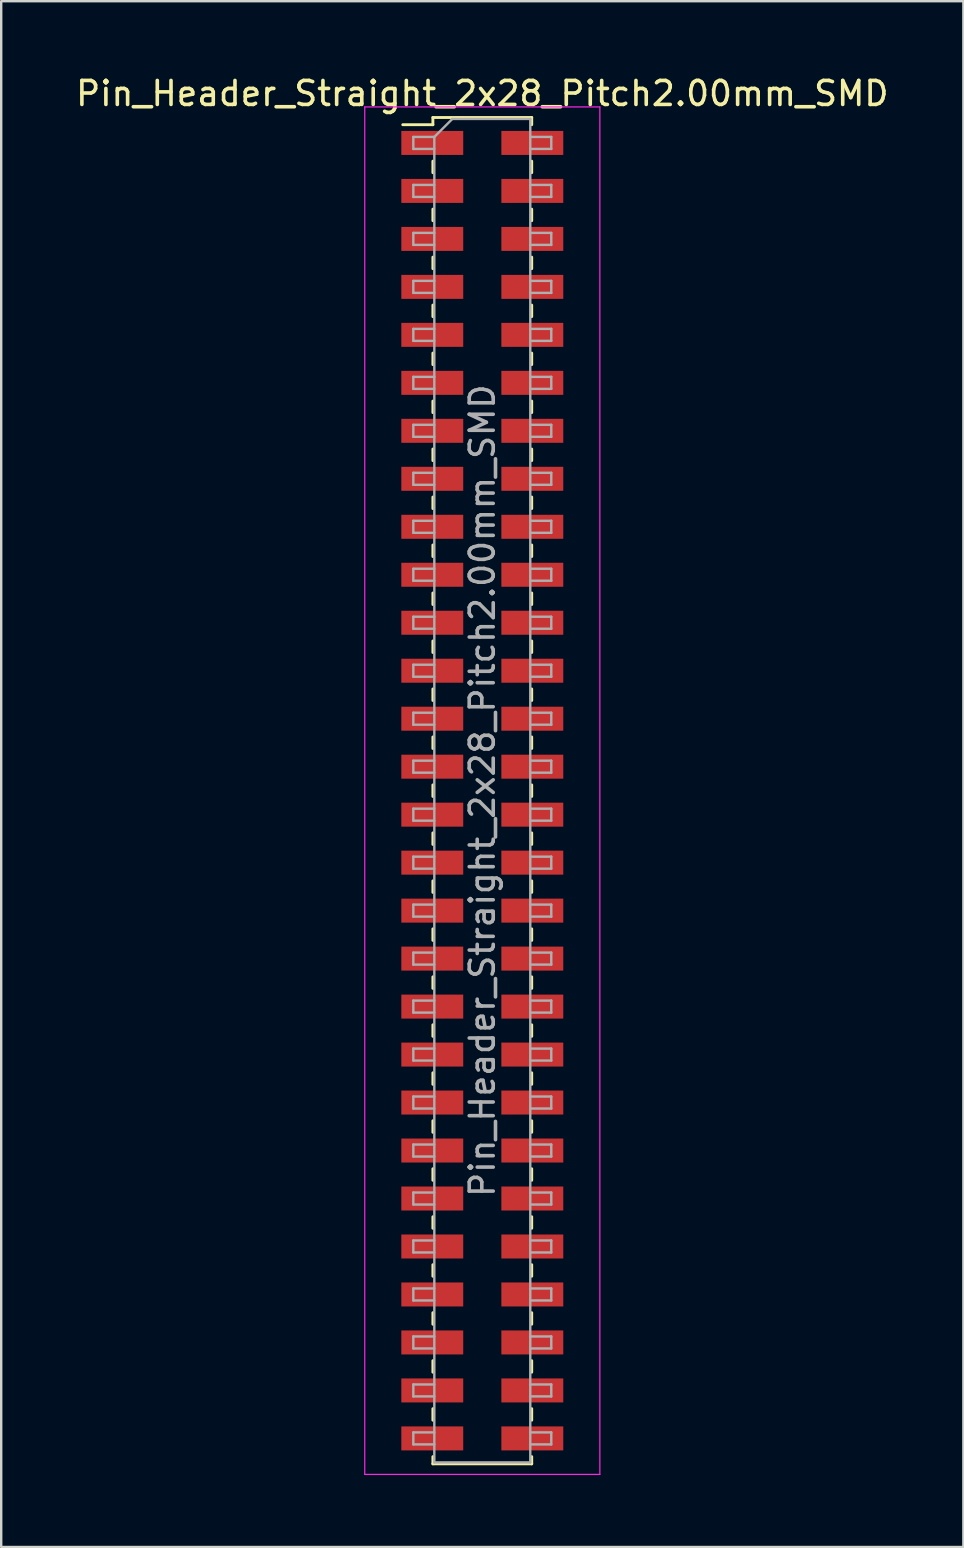
<source format=kicad_pcb>
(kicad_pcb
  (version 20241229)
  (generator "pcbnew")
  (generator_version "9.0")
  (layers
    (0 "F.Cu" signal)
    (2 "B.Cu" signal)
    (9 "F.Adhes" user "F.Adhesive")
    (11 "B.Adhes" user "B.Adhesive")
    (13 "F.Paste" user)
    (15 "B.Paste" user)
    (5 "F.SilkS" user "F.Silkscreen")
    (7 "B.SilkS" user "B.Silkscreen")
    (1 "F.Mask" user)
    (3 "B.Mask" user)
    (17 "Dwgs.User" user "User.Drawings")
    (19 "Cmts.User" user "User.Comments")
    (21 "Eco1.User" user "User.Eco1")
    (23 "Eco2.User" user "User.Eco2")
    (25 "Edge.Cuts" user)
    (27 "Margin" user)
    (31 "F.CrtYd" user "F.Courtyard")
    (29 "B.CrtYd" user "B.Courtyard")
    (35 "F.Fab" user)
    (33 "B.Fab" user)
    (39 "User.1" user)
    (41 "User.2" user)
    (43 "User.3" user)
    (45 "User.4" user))
  (footprint "Pin_Header_Straight_2x28_Pitch2.00mm_SMD"
    (layer "F.Cu")
    (at 17.054 29.908)
    (property "Reference" "Pin_Header_Straight_2x28_Pitch2.00mm_SMD" (at 0 -29.06 0) (layer "F.SilkS") (effects (font (size 1 1) (thickness 0.15))))
    (attr smd)
    (fp_line (start -3.315 -27.76) (end -2.06 -27.76) (stroke (width 0.12) (type solid)) (layer "F.SilkS"))
    (fp_line (start -2.06 -28.06) (end -2.06 -27.76) (stroke (width 0.12) (type solid)) (layer "F.SilkS"))
    (fp_line (start -2.06 -28.06) (end 2.06 -28.06) (stroke (width 0.12) (type solid)) (layer "F.SilkS"))
    (fp_line (start -2.06 -26.24) (end -2.06 -25.76) (stroke (width 0.12) (type solid)) (layer "F.SilkS"))
    (fp_line (start -2.06 -24.24) (end -2.06 -23.76) (stroke (width 0.12) (type solid)) (layer "F.SilkS"))
    (fp_line (start -2.06 -22.24) (end -2.06 -21.76) (stroke (width 0.12) (type solid)) (layer "F.SilkS"))
    (fp_line (start -2.06 -20.24) (end -2.06 -19.76) (stroke (width 0.12) (type solid)) (layer "F.SilkS"))
    (fp_line (start -2.06 -18.24) (end -2.06 -17.76) (stroke (width 0.12) (type solid)) (layer "F.SilkS"))
    (fp_line (start -2.06 -16.24) (end -2.06 -15.76) (stroke (width 0.12) (type solid)) (layer "F.SilkS"))
    (fp_line (start -2.06 -14.24) (end -2.06 -13.76) (stroke (width 0.12) (type solid)) (layer "F.SilkS"))
    (fp_line (start -2.06 -12.24) (end -2.06 -11.76) (stroke (width 0.12) (type solid)) (layer "F.SilkS"))
    (fp_line (start -2.06 -10.24) (end -2.06 -9.76) (stroke (width 0.12) (type solid)) (layer "F.SilkS"))
    (fp_line (start -2.06 -8.24) (end -2.06 -7.76) (stroke (width 0.12) (type solid)) (layer "F.SilkS"))
    (fp_line (start -2.06 -6.24) (end -2.06 -5.76) (stroke (width 0.12) (type solid)) (layer "F.SilkS"))
    (fp_line (start -2.06 -4.24) (end -2.06 -3.76) (stroke (width 0.12) (type solid)) (layer "F.SilkS"))
    (fp_line (start -2.06 -2.24) (end -2.06 -1.76) (stroke (width 0.12) (type solid)) (layer "F.SilkS"))
    (fp_line (start -2.06 -0.24) (end -2.06 0.24) (stroke (width 0.12) (type solid)) (layer "F.SilkS"))
    (fp_line (start -2.06 1.76) (end -2.06 2.24) (stroke (width 0.12) (type solid)) (layer "F.SilkS"))
    (fp_line (start -2.06 3.76) (end -2.06 4.24) (stroke (width 0.12) (type solid)) (layer "F.SilkS"))
    (fp_line (start -2.06 5.76) (end -2.06 6.24) (stroke (width 0.12) (type solid)) (layer "F.SilkS"))
    (fp_line (start -2.06 7.76) (end -2.06 8.24) (stroke (width 0.12) (type solid)) (layer "F.SilkS"))
    (fp_line (start -2.06 9.76) (end -2.06 10.24) (stroke (width 0.12) (type solid)) (layer "F.SilkS"))
    (fp_line (start -2.06 11.76) (end -2.06 12.24) (stroke (width 0.12) (type solid)) (layer "F.SilkS"))
    (fp_line (start -2.06 13.76) (end -2.06 14.24) (stroke (width 0.12) (type solid)) (layer "F.SilkS"))
    (fp_line (start -2.06 15.76) (end -2.06 16.24) (stroke (width 0.12) (type solid)) (layer "F.SilkS"))
    (fp_line (start -2.06 17.76) (end -2.06 18.24) (stroke (width 0.12) (type solid)) (layer "F.SilkS"))
    (fp_line (start -2.06 19.76) (end -2.06 20.24) (stroke (width 0.12) (type solid)) (layer "F.SilkS"))
    (fp_line (start -2.06 21.76) (end -2.06 22.24) (stroke (width 0.12) (type solid)) (layer "F.SilkS"))
    (fp_line (start -2.06 23.76) (end -2.06 24.24) (stroke (width 0.12) (type solid)) (layer "F.SilkS"))
    (fp_line (start -2.06 25.76) (end -2.06 26.24) (stroke (width 0.12) (type solid)) (layer "F.SilkS"))
    (fp_line (start -2.06 27.76) (end -2.06 28.06) (stroke (width 0.12) (type solid)) (layer "F.SilkS"))
    (fp_line (start -2.06 28.06) (end 2.06 28.06) (stroke (width 0.12) (type solid)) (layer "F.SilkS"))
    (fp_line (start 2.06 -28.06) (end 2.06 -27.76) (stroke (width 0.12) (type solid)) (layer "F.SilkS"))
    (fp_line (start 2.06 -26.24) (end 2.06 -25.76) (stroke (width 0.12) (type solid)) (layer "F.SilkS"))
    (fp_line (start 2.06 -24.24) (end 2.06 -23.76) (stroke (width 0.12) (type solid)) (layer "F.SilkS"))
    (fp_line (start 2.06 -22.24) (end 2.06 -21.76) (stroke (width 0.12) (type solid)) (layer "F.SilkS"))
    (fp_line (start 2.06 -20.24) (end 2.06 -19.76) (stroke (width 0.12) (type solid)) (layer "F.SilkS"))
    (fp_line (start 2.06 -18.24) (end 2.06 -17.76) (stroke (width 0.12) (type solid)) (layer "F.SilkS"))
    (fp_line (start 2.06 -16.24) (end 2.06 -15.76) (stroke (width 0.12) (type solid)) (layer "F.SilkS"))
    (fp_line (start 2.06 -14.24) (end 2.06 -13.76) (stroke (width 0.12) (type solid)) (layer "F.SilkS"))
    (fp_line (start 2.06 -12.24) (end 2.06 -11.76) (stroke (width 0.12) (type solid)) (layer "F.SilkS"))
    (fp_line (start 2.06 -10.24) (end 2.06 -9.76) (stroke (width 0.12) (type solid)) (layer "F.SilkS"))
    (fp_line (start 2.06 -8.24) (end 2.06 -7.76) (stroke (width 0.12) (type solid)) (layer "F.SilkS"))
    (fp_line (start 2.06 -6.24) (end 2.06 -5.76) (stroke (width 0.12) (type solid)) (layer "F.SilkS"))
    (fp_line (start 2.06 -4.24) (end 2.06 -3.76) (stroke (width 0.12) (type solid)) (layer "F.SilkS"))
    (fp_line (start 2.06 -2.24) (end 2.06 -1.76) (stroke (width 0.12) (type solid)) (layer "F.SilkS"))
    (fp_line (start 2.06 -0.24) (end 2.06 0.24) (stroke (width 0.12) (type solid)) (layer "F.SilkS"))
    (fp_line (start 2.06 1.76) (end 2.06 2.24) (stroke (width 0.12) (type solid)) (layer "F.SilkS"))
    (fp_line (start 2.06 3.76) (end 2.06 4.24) (stroke (width 0.12) (type solid)) (layer "F.SilkS"))
    (fp_line (start 2.06 5.76) (end 2.06 6.24) (stroke (width 0.12) (type solid)) (layer "F.SilkS"))
    (fp_line (start 2.06 7.76) (end 2.06 8.24) (stroke (width 0.12) (type solid)) (layer "F.SilkS"))
    (fp_line (start 2.06 9.76) (end 2.06 10.24) (stroke (width 0.12) (type solid)) (layer "F.SilkS"))
    (fp_line (start 2.06 11.76) (end 2.06 12.24) (stroke (width 0.12) (type solid)) (layer "F.SilkS"))
    (fp_line (start 2.06 13.76) (end 2.06 14.24) (stroke (width 0.12) (type solid)) (layer "F.SilkS"))
    (fp_line (start 2.06 15.76) (end 2.06 16.24) (stroke (width 0.12) (type solid)) (layer "F.SilkS"))
    (fp_line (start 2.06 17.76) (end 2.06 18.24) (stroke (width 0.12) (type solid)) (layer "F.SilkS"))
    (fp_line (start 2.06 19.76) (end 2.06 20.24) (stroke (width 0.12) (type solid)) (layer "F.SilkS"))
    (fp_line (start 2.06 21.76) (end 2.06 22.24) (stroke (width 0.12) (type solid)) (layer "F.SilkS"))
    (fp_line (start 2.06 23.76) (end 2.06 24.24) (stroke (width 0.12) (type solid)) (layer "F.SilkS"))
    (fp_line (start 2.06 25.76) (end 2.06 26.24) (stroke (width 0.12) (type solid)) (layer "F.SilkS"))
    (fp_line (start 2.06 27.76) (end 2.06 28.06) (stroke (width 0.12) (type solid)) (layer "F.SilkS"))
    (fp_line (start -4.9 -28.5) (end -4.9 28.5) (stroke (width 0.05) (type solid)) (layer "F.CrtYd"))
    (fp_line (start -4.9 28.5) (end 4.9 28.5) (stroke (width 0.05) (type solid)) (layer "F.CrtYd"))
    (fp_line (start 4.9 -28.5) (end -4.9 -28.5) (stroke (width 0.05) (type solid)) (layer "F.CrtYd"))
    (fp_line (start 4.9 28.5) (end 4.9 -28.5) (stroke (width 0.05) (type solid)) (layer "F.CrtYd"))
    (fp_line (start -2.875 -27.25) (end -2.875 -26.75) (stroke (width 0.1) (type solid)) (layer "F.Fab"))
    (fp_line (start -2.875 -26.75) (end -2 -26.75) (stroke (width 0.1) (type solid)) (layer "F.Fab"))
    (fp_line (start -2.875 -25.25) (end -2.875 -24.75) (stroke (width 0.1) (type solid)) (layer "F.Fab"))
    (fp_line (start -2.875 -24.75) (end -2 -24.75) (stroke (width 0.1) (type solid)) (layer "F.Fab"))
    (fp_line (start -2.875 -23.25) (end -2.875 -22.75) (stroke (width 0.1) (type solid)) (layer "F.Fab"))
    (fp_line (start -2.875 -22.75) (end -2 -22.75) (stroke (width 0.1) (type solid)) (layer "F.Fab"))
    (fp_line (start -2.875 -21.25) (end -2.875 -20.75) (stroke (width 0.1) (type solid)) (layer "F.Fab"))
    (fp_line (start -2.875 -20.75) (end -2 -20.75) (stroke (width 0.1) (type solid)) (layer "F.Fab"))
    (fp_line (start -2.875 -19.25) (end -2.875 -18.75) (stroke (width 0.1) (type solid)) (layer "F.Fab"))
    (fp_line (start -2.875 -18.75) (end -2 -18.75) (stroke (width 0.1) (type solid)) (layer "F.Fab"))
    (fp_line (start -2.875 -17.25) (end -2.875 -16.75) (stroke (width 0.1) (type solid)) (layer "F.Fab"))
    (fp_line (start -2.875 -16.75) (end -2 -16.75) (stroke (width 0.1) (type solid)) (layer "F.Fab"))
    (fp_line (start -2.875 -15.25) (end -2.875 -14.75) (stroke (width 0.1) (type solid)) (layer "F.Fab"))
    (fp_line (start -2.875 -14.75) (end -2 -14.75) (stroke (width 0.1) (type solid)) (layer "F.Fab"))
    (fp_line (start -2.875 -13.25) (end -2.875 -12.75) (stroke (width 0.1) (type solid)) (layer "F.Fab"))
    (fp_line (start -2.875 -12.75) (end -2 -12.75) (stroke (width 0.1) (type solid)) (layer "F.Fab"))
    (fp_line (start -2.875 -11.25) (end -2.875 -10.75) (stroke (width 0.1) (type solid)) (layer "F.Fab"))
    (fp_line (start -2.875 -10.75) (end -2 -10.75) (stroke (width 0.1) (type solid)) (layer "F.Fab"))
    (fp_line (start -2.875 -9.25) (end -2.875 -8.75) (stroke (width 0.1) (type solid)) (layer "F.Fab"))
    (fp_line (start -2.875 -8.75) (end -2 -8.75) (stroke (width 0.1) (type solid)) (layer "F.Fab"))
    (fp_line (start -2.875 -7.25) (end -2.875 -6.75) (stroke (width 0.1) (type solid)) (layer "F.Fab"))
    (fp_line (start -2.875 -6.75) (end -2 -6.75) (stroke (width 0.1) (type solid)) (layer "F.Fab"))
    (fp_line (start -2.875 -5.25) (end -2.875 -4.75) (stroke (width 0.1) (type solid)) (layer "F.Fab"))
    (fp_line (start -2.875 -4.75) (end -2 -4.75) (stroke (width 0.1) (type solid)) (layer "F.Fab"))
    (fp_line (start -2.875 -3.25) (end -2.875 -2.75) (stroke (width 0.1) (type solid)) (layer "F.Fab"))
    (fp_line (start -2.875 -2.75) (end -2 -2.75) (stroke (width 0.1) (type solid)) (layer "F.Fab"))
    (fp_line (start -2.875 -1.25) (end -2.875 -0.75) (stroke (width 0.1) (type solid)) (layer "F.Fab"))
    (fp_line (start -2.875 -0.75) (end -2 -0.75) (stroke (width 0.1) (type solid)) (layer "F.Fab"))
    (fp_line (start -2.875 0.75) (end -2.875 1.25) (stroke (width 0.1) (type solid)) (layer "F.Fab"))
    (fp_line (start -2.875 1.25) (end -2 1.25) (stroke (width 0.1) (type solid)) (layer "F.Fab"))
    (fp_line (start -2.875 2.75) (end -2.875 3.25) (stroke (width 0.1) (type solid)) (layer "F.Fab"))
    (fp_line (start -2.875 3.25) (end -2 3.25) (stroke (width 0.1) (type solid)) (layer "F.Fab"))
    (fp_line (start -2.875 4.75) (end -2.875 5.25) (stroke (width 0.1) (type solid)) (layer "F.Fab"))
    (fp_line (start -2.875 5.25) (end -2 5.25) (stroke (width 0.1) (type solid)) (layer "F.Fab"))
    (fp_line (start -2.875 6.75) (end -2.875 7.25) (stroke (width 0.1) (type solid)) (layer "F.Fab"))
    (fp_line (start -2.875 7.25) (end -2 7.25) (stroke (width 0.1) (type solid)) (layer "F.Fab"))
    (fp_line (start -2.875 8.75) (end -2.875 9.25) (stroke (width 0.1) (type solid)) (layer "F.Fab"))
    (fp_line (start -2.875 9.25) (end -2 9.25) (stroke (width 0.1) (type solid)) (layer "F.Fab"))
    (fp_line (start -2.875 10.75) (end -2.875 11.25) (stroke (width 0.1) (type solid)) (layer "F.Fab"))
    (fp_line (start -2.875 11.25) (end -2 11.25) (stroke (width 0.1) (type solid)) (layer "F.Fab"))
    (fp_line (start -2.875 12.75) (end -2.875 13.25) (stroke (width 0.1) (type solid)) (layer "F.Fab"))
    (fp_line (start -2.875 13.25) (end -2 13.25) (stroke (width 0.1) (type solid)) (layer "F.Fab"))
    (fp_line (start -2.875 14.75) (end -2.875 15.25) (stroke (width 0.1) (type solid)) (layer "F.Fab"))
    (fp_line (start -2.875 15.25) (end -2 15.25) (stroke (width 0.1) (type solid)) (layer "F.Fab"))
    (fp_line (start -2.875 16.75) (end -2.875 17.25) (stroke (width 0.1) (type solid)) (layer "F.Fab"))
    (fp_line (start -2.875 17.25) (end -2 17.25) (stroke (width 0.1) (type solid)) (layer "F.Fab"))
    (fp_line (start -2.875 18.75) (end -2.875 19.25) (stroke (width 0.1) (type solid)) (layer "F.Fab"))
    (fp_line (start -2.875 19.25) (end -2 19.25) (stroke (width 0.1) (type solid)) (layer "F.Fab"))
    (fp_line (start -2.875 20.75) (end -2.875 21.25) (stroke (width 0.1) (type solid)) (layer "F.Fab"))
    (fp_line (start -2.875 21.25) (end -2 21.25) (stroke (width 0.1) (type solid)) (layer "F.Fab"))
    (fp_line (start -2.875 22.75) (end -2.875 23.25) (stroke (width 0.1) (type solid)) (layer "F.Fab"))
    (fp_line (start -2.875 23.25) (end -2 23.25) (stroke (width 0.1) (type solid)) (layer "F.Fab"))
    (fp_line (start -2.875 24.75) (end -2.875 25.25) (stroke (width 0.1) (type solid)) (layer "F.Fab"))
    (fp_line (start -2.875 25.25) (end -2 25.25) (stroke (width 0.1) (type solid)) (layer "F.Fab"))
    (fp_line (start -2.875 26.75) (end -2.875 27.25) (stroke (width 0.1) (type solid)) (layer "F.Fab"))
    (fp_line (start -2.875 27.25) (end -2 27.25) (stroke (width 0.1) (type solid)) (layer "F.Fab"))
    (fp_line (start -2 -27.25) (end -2.875 -27.25) (stroke (width 0.1) (type solid)) (layer "F.Fab"))
    (fp_line (start -2 -27.25) (end -1.25 -28) (stroke (width 0.1) (type solid)) (layer "F.Fab"))
    (fp_line (start -2 -25.25) (end -2.875 -25.25) (stroke (width 0.1) (type solid)) (layer "F.Fab"))
    (fp_line (start -2 -23.25) (end -2.875 -23.25) (stroke (width 0.1) (type solid)) (layer "F.Fab"))
    (fp_line (start -2 -21.25) (end -2.875 -21.25) (stroke (width 0.1) (type solid)) (layer "F.Fab"))
    (fp_line (start -2 -19.25) (end -2.875 -19.25) (stroke (width 0.1) (type solid)) (layer "F.Fab"))
    (fp_line (start -2 -17.25) (end -2.875 -17.25) (stroke (width 0.1) (type solid)) (layer "F.Fab"))
    (fp_line (start -2 -15.25) (end -2.875 -15.25) (stroke (width 0.1) (type solid)) (layer "F.Fab"))
    (fp_line (start -2 -13.25) (end -2.875 -13.25) (stroke (width 0.1) (type solid)) (layer "F.Fab"))
    (fp_line (start -2 -11.25) (end -2.875 -11.25) (stroke (width 0.1) (type solid)) (layer "F.Fab"))
    (fp_line (start -2 -9.25) (end -2.875 -9.25) (stroke (width 0.1) (type solid)) (layer "F.Fab"))
    (fp_line (start -2 -7.25) (end -2.875 -7.25) (stroke (width 0.1) (type solid)) (layer "F.Fab"))
    (fp_line (start -2 -5.25) (end -2.875 -5.25) (stroke (width 0.1) (type solid)) (layer "F.Fab"))
    (fp_line (start -2 -3.25) (end -2.875 -3.25) (stroke (width 0.1) (type solid)) (layer "F.Fab"))
    (fp_line (start -2 -1.25) (end -2.875 -1.25) (stroke (width 0.1) (type solid)) (layer "F.Fab"))
    (fp_line (start -2 0.75) (end -2.875 0.75) (stroke (width 0.1) (type solid)) (layer "F.Fab"))
    (fp_line (start -2 2.75) (end -2.875 2.75) (stroke (width 0.1) (type solid)) (layer "F.Fab"))
    (fp_line (start -2 4.75) (end -2.875 4.75) (stroke (width 0.1) (type solid)) (layer "F.Fab"))
    (fp_line (start -2 6.75) (end -2.875 6.75) (stroke (width 0.1) (type solid)) (layer "F.Fab"))
    (fp_line (start -2 8.75) (end -2.875 8.75) (stroke (width 0.1) (type solid)) (layer "F.Fab"))
    (fp_line (start -2 10.75) (end -2.875 10.75) (stroke (width 0.1) (type solid)) (layer "F.Fab"))
    (fp_line (start -2 12.75) (end -2.875 12.75) (stroke (width 0.1) (type solid)) (layer "F.Fab"))
    (fp_line (start -2 14.75) (end -2.875 14.75) (stroke (width 0.1) (type solid)) (layer "F.Fab"))
    (fp_line (start -2 16.75) (end -2.875 16.75) (stroke (width 0.1) (type solid)) (layer "F.Fab"))
    (fp_line (start -2 18.75) (end -2.875 18.75) (stroke (width 0.1) (type solid)) (layer "F.Fab"))
    (fp_line (start -2 20.75) (end -2.875 20.75) (stroke (width 0.1) (type solid)) (layer "F.Fab"))
    (fp_line (start -2 22.75) (end -2.875 22.75) (stroke (width 0.1) (type solid)) (layer "F.Fab"))
    (fp_line (start -2 24.75) (end -2.875 24.75) (stroke (width 0.1) (type solid)) (layer "F.Fab"))
    (fp_line (start -2 26.75) (end -2.875 26.75) (stroke (width 0.1) (type solid)) (layer "F.Fab"))
    (fp_line (start -2 28) (end -2 -27.25) (stroke (width 0.1) (type solid)) (layer "F.Fab"))
    (fp_line (start -1.25 -28) (end 2 -28) (stroke (width 0.1) (type solid)) (layer "F.Fab"))
    (fp_line (start 2 -28) (end 2 28) (stroke (width 0.1) (type solid)) (layer "F.Fab"))
    (fp_line (start 2 -27.25) (end 2.875 -27.25) (stroke (width 0.1) (type solid)) (layer "F.Fab"))
    (fp_line (start 2 -25.25) (end 2.875 -25.25) (stroke (width 0.1) (type solid)) (layer "F.Fab"))
    (fp_line (start 2 -23.25) (end 2.875 -23.25) (stroke (width 0.1) (type solid)) (layer "F.Fab"))
    (fp_line (start 2 -21.25) (end 2.875 -21.25) (stroke (width 0.1) (type solid)) (layer "F.Fab"))
    (fp_line (start 2 -19.25) (end 2.875 -19.25) (stroke (width 0.1) (type solid)) (layer "F.Fab"))
    (fp_line (start 2 -17.25) (end 2.875 -17.25) (stroke (width 0.1) (type solid)) (layer "F.Fab"))
    (fp_line (start 2 -15.25) (end 2.875 -15.25) (stroke (width 0.1) (type solid)) (layer "F.Fab"))
    (fp_line (start 2 -13.25) (end 2.875 -13.25) (stroke (width 0.1) (type solid)) (layer "F.Fab"))
    (fp_line (start 2 -11.25) (end 2.875 -11.25) (stroke (width 0.1) (type solid)) (layer "F.Fab"))
    (fp_line (start 2 -9.25) (end 2.875 -9.25) (stroke (width 0.1) (type solid)) (layer "F.Fab"))
    (fp_line (start 2 -7.25) (end 2.875 -7.25) (stroke (width 0.1) (type solid)) (layer "F.Fab"))
    (fp_line (start 2 -5.25) (end 2.875 -5.25) (stroke (width 0.1) (type solid)) (layer "F.Fab"))
    (fp_line (start 2 -3.25) (end 2.875 -3.25) (stroke (width 0.1) (type solid)) (layer "F.Fab"))
    (fp_line (start 2 -1.25) (end 2.875 -1.25) (stroke (width 0.1) (type solid)) (layer "F.Fab"))
    (fp_line (start 2 0.75) (end 2.875 0.75) (stroke (width 0.1) (type solid)) (layer "F.Fab"))
    (fp_line (start 2 2.75) (end 2.875 2.75) (stroke (width 0.1) (type solid)) (layer "F.Fab"))
    (fp_line (start 2 4.75) (end 2.875 4.75) (stroke (width 0.1) (type solid)) (layer "F.Fab"))
    (fp_line (start 2 6.75) (end 2.875 6.75) (stroke (width 0.1) (type solid)) (layer "F.Fab"))
    (fp_line (start 2 8.75) (end 2.875 8.75) (stroke (width 0.1) (type solid)) (layer "F.Fab"))
    (fp_line (start 2 10.75) (end 2.875 10.75) (stroke (width 0.1) (type solid)) (layer "F.Fab"))
    (fp_line (start 2 12.75) (end 2.875 12.75) (stroke (width 0.1) (type solid)) (layer "F.Fab"))
    (fp_line (start 2 14.75) (end 2.875 14.75) (stroke (width 0.1) (type solid)) (layer "F.Fab"))
    (fp_line (start 2 16.75) (end 2.875 16.75) (stroke (width 0.1) (type solid)) (layer "F.Fab"))
    (fp_line (start 2 18.75) (end 2.875 18.75) (stroke (width 0.1) (type solid)) (layer "F.Fab"))
    (fp_line (start 2 20.75) (end 2.875 20.75) (stroke (width 0.1) (type solid)) (layer "F.Fab"))
    (fp_line (start 2 22.75) (end 2.875 22.75) (stroke (width 0.1) (type solid)) (layer "F.Fab"))
    (fp_line (start 2 24.75) (end 2.875 24.75) (stroke (width 0.1) (type solid)) (layer "F.Fab"))
    (fp_line (start 2 26.75) (end 2.875 26.75) (stroke (width 0.1) (type solid)) (layer "F.Fab"))
    (fp_line (start 2 28) (end -2 28) (stroke (width 0.1) (type solid)) (layer "F.Fab"))
    (fp_line (start 2.875 -27.25) (end 2.875 -26.75) (stroke (width 0.1) (type solid)) (layer "F.Fab"))
    (fp_line (start 2.875 -26.75) (end 2 -26.75) (stroke (width 0.1) (type solid)) (layer "F.Fab"))
    (fp_line (start 2.875 -25.25) (end 2.875 -24.75) (stroke (width 0.1) (type solid)) (layer "F.Fab"))
    (fp_line (start 2.875 -24.75) (end 2 -24.75) (stroke (width 0.1) (type solid)) (layer "F.Fab"))
    (fp_line (start 2.875 -23.25) (end 2.875 -22.75) (stroke (width 0.1) (type solid)) (layer "F.Fab"))
    (fp_line (start 2.875 -22.75) (end 2 -22.75) (stroke (width 0.1) (type solid)) (layer "F.Fab"))
    (fp_line (start 2.875 -21.25) (end 2.875 -20.75) (stroke (width 0.1) (type solid)) (layer "F.Fab"))
    (fp_line (start 2.875 -20.75) (end 2 -20.75) (stroke (width 0.1) (type solid)) (layer "F.Fab"))
    (fp_line (start 2.875 -19.25) (end 2.875 -18.75) (stroke (width 0.1) (type solid)) (layer "F.Fab"))
    (fp_line (start 2.875 -18.75) (end 2 -18.75) (stroke (width 0.1) (type solid)) (layer "F.Fab"))
    (fp_line (start 2.875 -17.25) (end 2.875 -16.75) (stroke (width 0.1) (type solid)) (layer "F.Fab"))
    (fp_line (start 2.875 -16.75) (end 2 -16.75) (stroke (width 0.1) (type solid)) (layer "F.Fab"))
    (fp_line (start 2.875 -15.25) (end 2.875 -14.75) (stroke (width 0.1) (type solid)) (layer "F.Fab"))
    (fp_line (start 2.875 -14.75) (end 2 -14.75) (stroke (width 0.1) (type solid)) (layer "F.Fab"))
    (fp_line (start 2.875 -13.25) (end 2.875 -12.75) (stroke (width 0.1) (type solid)) (layer "F.Fab"))
    (fp_line (start 2.875 -12.75) (end 2 -12.75) (stroke (width 0.1) (type solid)) (layer "F.Fab"))
    (fp_line (start 2.875 -11.25) (end 2.875 -10.75) (stroke (width 0.1) (type solid)) (layer "F.Fab"))
    (fp_line (start 2.875 -10.75) (end 2 -10.75) (stroke (width 0.1) (type solid)) (layer "F.Fab"))
    (fp_line (start 2.875 -9.25) (end 2.875 -8.75) (stroke (width 0.1) (type solid)) (layer "F.Fab"))
    (fp_line (start 2.875 -8.75) (end 2 -8.75) (stroke (width 0.1) (type solid)) (layer "F.Fab"))
    (fp_line (start 2.875 -7.25) (end 2.875 -6.75) (stroke (width 0.1) (type solid)) (layer "F.Fab"))
    (fp_line (start 2.875 -6.75) (end 2 -6.75) (stroke (width 0.1) (type solid)) (layer "F.Fab"))
    (fp_line (start 2.875 -5.25) (end 2.875 -4.75) (stroke (width 0.1) (type solid)) (layer "F.Fab"))
    (fp_line (start 2.875 -4.75) (end 2 -4.75) (stroke (width 0.1) (type solid)) (layer "F.Fab"))
    (fp_line (start 2.875 -3.25) (end 2.875 -2.75) (stroke (width 0.1) (type solid)) (layer "F.Fab"))
    (fp_line (start 2.875 -2.75) (end 2 -2.75) (stroke (width 0.1) (type solid)) (layer "F.Fab"))
    (fp_line (start 2.875 -1.25) (end 2.875 -0.75) (stroke (width 0.1) (type solid)) (layer "F.Fab"))
    (fp_line (start 2.875 -0.75) (end 2 -0.75) (stroke (width 0.1) (type solid)) (layer "F.Fab"))
    (fp_line (start 2.875 0.75) (end 2.875 1.25) (stroke (width 0.1) (type solid)) (layer "F.Fab"))
    (fp_line (start 2.875 1.25) (end 2 1.25) (stroke (width 0.1) (type solid)) (layer "F.Fab"))
    (fp_line (start 2.875 2.75) (end 2.875 3.25) (stroke (width 0.1) (type solid)) (layer "F.Fab"))
    (fp_line (start 2.875 3.25) (end 2 3.25) (stroke (width 0.1) (type solid)) (layer "F.Fab"))
    (fp_line (start 2.875 4.75) (end 2.875 5.25) (stroke (width 0.1) (type solid)) (layer "F.Fab"))
    (fp_line (start 2.875 5.25) (end 2 5.25) (stroke (width 0.1) (type solid)) (layer "F.Fab"))
    (fp_line (start 2.875 6.75) (end 2.875 7.25) (stroke (width 0.1) (type solid)) (layer "F.Fab"))
    (fp_line (start 2.875 7.25) (end 2 7.25) (stroke (width 0.1) (type solid)) (layer "F.Fab"))
    (fp_line (start 2.875 8.75) (end 2.875 9.25) (stroke (width 0.1) (type solid)) (layer "F.Fab"))
    (fp_line (start 2.875 9.25) (end 2 9.25) (stroke (width 0.1) (type solid)) (layer "F.Fab"))
    (fp_line (start 2.875 10.75) (end 2.875 11.25) (stroke (width 0.1) (type solid)) (layer "F.Fab"))
    (fp_line (start 2.875 11.25) (end 2 11.25) (stroke (width 0.1) (type solid)) (layer "F.Fab"))
    (fp_line (start 2.875 12.75) (end 2.875 13.25) (stroke (width 0.1) (type solid)) (layer "F.Fab"))
    (fp_line (start 2.875 13.25) (end 2 13.25) (stroke (width 0.1) (type solid)) (layer "F.Fab"))
    (fp_line (start 2.875 14.75) (end 2.875 15.25) (stroke (width 0.1) (type solid)) (layer "F.Fab"))
    (fp_line (start 2.875 15.25) (end 2 15.25) (stroke (width 0.1) (type solid)) (layer "F.Fab"))
    (fp_line (start 2.875 16.75) (end 2.875 17.25) (stroke (width 0.1) (type solid)) (layer "F.Fab"))
    (fp_line (start 2.875 17.25) (end 2 17.25) (stroke (width 0.1) (type solid)) (layer "F.Fab"))
    (fp_line (start 2.875 18.75) (end 2.875 19.25) (stroke (width 0.1) (type solid)) (layer "F.Fab"))
    (fp_line (start 2.875 19.25) (end 2 19.25) (stroke (width 0.1) (type solid)) (layer "F.Fab"))
    (fp_line (start 2.875 20.75) (end 2.875 21.25) (stroke (width 0.1) (type solid)) (layer "F.Fab"))
    (fp_line (start 2.875 21.25) (end 2 21.25) (stroke (width 0.1) (type solid)) (layer "F.Fab"))
    (fp_line (start 2.875 22.75) (end 2.875 23.25) (stroke (width 0.1) (type solid)) (layer "F.Fab"))
    (fp_line (start 2.875 23.25) (end 2 23.25) (stroke (width 0.1) (type solid)) (layer "F.Fab"))
    (fp_line (start 2.875 24.75) (end 2.875 25.25) (stroke (width 0.1) (type solid)) (layer "F.Fab"))
    (fp_line (start 2.875 25.25) (end 2 25.25) (stroke (width 0.1) (type solid)) (layer "F.Fab"))
    (fp_line (start 2.875 26.75) (end 2.875 27.25) (stroke (width 0.1) (type solid)) (layer "F.Fab"))
    (fp_line (start 2.875 27.25) (end 2 27.25) (stroke (width 0.1) (type solid)) (layer "F.Fab"))
    (fp_text user "${REFERENCE}" (at 0 0 90) (layer "F.Fab") (effects (font (size 1 1) (thickness 0.15))))
    (pad "1" smd rect (at -2.085 -27) (size 2.58 1) (layers "F.Cu" "F.Mask" "F.Paste"))
    (pad "2" smd rect (at 2.085 -27) (size 2.58 1) (layers "F.Cu" "F.Mask" "F.Paste"))
    (pad "3" smd rect (at -2.085 -25) (size 2.58 1) (layers "F.Cu" "F.Mask" "F.Paste"))
    (pad "4" smd rect (at 2.085 -25) (size 2.58 1) (layers "F.Cu" "F.Mask" "F.Paste"))
    (pad "5" smd rect (at -2.085 -23) (size 2.58 1) (layers "F.Cu" "F.Mask" "F.Paste"))
    (pad "6" smd rect (at 2.085 -23) (size 2.58 1) (layers "F.Cu" "F.Mask" "F.Paste"))
    (pad "7" smd rect (at -2.085 -21) (size 2.58 1) (layers "F.Cu" "F.Mask" "F.Paste"))
    (pad "8" smd rect (at 2.085 -21) (size 2.58 1) (layers "F.Cu" "F.Mask" "F.Paste"))
    (pad "9" smd rect (at -2.085 -19) (size 2.58 1) (layers "F.Cu" "F.Mask" "F.Paste"))
    (pad "10" smd rect (at 2.085 -19) (size 2.58 1) (layers "F.Cu" "F.Mask" "F.Paste"))
    (pad "11" smd rect (at -2.085 -17) (size 2.58 1) (layers "F.Cu" "F.Mask" "F.Paste"))
    (pad "12" smd rect (at 2.085 -17) (size 2.58 1) (layers "F.Cu" "F.Mask" "F.Paste"))
    (pad "13" smd rect (at -2.085 -15) (size 2.58 1) (layers "F.Cu" "F.Mask" "F.Paste"))
    (pad "14" smd rect (at 2.085 -15) (size 2.58 1) (layers "F.Cu" "F.Mask" "F.Paste"))
    (pad "15" smd rect (at -2.085 -13) (size 2.58 1) (layers "F.Cu" "F.Mask" "F.Paste"))
    (pad "16" smd rect (at 2.085 -13) (size 2.58 1) (layers "F.Cu" "F.Mask" "F.Paste"))
    (pad "17" smd rect (at -2.085 -11) (size 2.58 1) (layers "F.Cu" "F.Mask" "F.Paste"))
    (pad "18" smd rect (at 2.085 -11) (size 2.58 1) (layers "F.Cu" "F.Mask" "F.Paste"))
    (pad "19" smd rect (at -2.085 -9) (size 2.58 1) (layers "F.Cu" "F.Mask" "F.Paste"))
    (pad "20" smd rect (at 2.085 -9) (size 2.58 1) (layers "F.Cu" "F.Mask" "F.Paste"))
    (pad "21" smd rect (at -2.085 -7) (size 2.58 1) (layers "F.Cu" "F.Mask" "F.Paste"))
    (pad "22" smd rect (at 2.085 -7) (size 2.58 1) (layers "F.Cu" "F.Mask" "F.Paste"))
    (pad "23" smd rect (at -2.085 -5) (size 2.58 1) (layers "F.Cu" "F.Mask" "F.Paste"))
    (pad "24" smd rect (at 2.085 -5) (size 2.58 1) (layers "F.Cu" "F.Mask" "F.Paste"))
    (pad "25" smd rect (at -2.085 -3) (size 2.58 1) (layers "F.Cu" "F.Mask" "F.Paste"))
    (pad "26" smd rect (at 2.085 -3) (size 2.58 1) (layers "F.Cu" "F.Mask" "F.Paste"))
    (pad "27" smd rect (at -2.085 -1) (size 2.58 1) (layers "F.Cu" "F.Mask" "F.Paste"))
    (pad "28" smd rect (at 2.085 -1) (size 2.58 1) (layers "F.Cu" "F.Mask" "F.Paste"))
    (pad "29" smd rect (at -2.085 1) (size 2.58 1) (layers "F.Cu" "F.Mask" "F.Paste"))
    (pad "30" smd rect (at 2.085 1) (size 2.58 1) (layers "F.Cu" "F.Mask" "F.Paste"))
    (pad "31" smd rect (at -2.085 3) (size 2.58 1) (layers "F.Cu" "F.Mask" "F.Paste"))
    (pad "32" smd rect (at 2.085 3) (size 2.58 1) (layers "F.Cu" "F.Mask" "F.Paste"))
    (pad "33" smd rect (at -2.085 5) (size 2.58 1) (layers "F.Cu" "F.Mask" "F.Paste"))
    (pad "34" smd rect (at 2.085 5) (size 2.58 1) (layers "F.Cu" "F.Mask" "F.Paste"))
    (pad "35" smd rect (at -2.085 7) (size 2.58 1) (layers "F.Cu" "F.Mask" "F.Paste"))
    (pad "36" smd rect (at 2.085 7) (size 2.58 1) (layers "F.Cu" "F.Mask" "F.Paste"))
    (pad "37" smd rect (at -2.085 9) (size 2.58 1) (layers "F.Cu" "F.Mask" "F.Paste"))
    (pad "38" smd rect (at 2.085 9) (size 2.58 1) (layers "F.Cu" "F.Mask" "F.Paste"))
    (pad "39" smd rect (at -2.085 11) (size 2.58 1) (layers "F.Cu" "F.Mask" "F.Paste"))
    (pad "40" smd rect (at 2.085 11) (size 2.58 1) (layers "F.Cu" "F.Mask" "F.Paste"))
    (pad "41" smd rect (at -2.085 13) (size 2.58 1) (layers "F.Cu" "F.Mask" "F.Paste"))
    (pad "42" smd rect (at 2.085 13) (size 2.58 1) (layers "F.Cu" "F.Mask" "F.Paste"))
    (pad "43" smd rect (at -2.085 15) (size 2.58 1) (layers "F.Cu" "F.Mask" "F.Paste"))
    (pad "44" smd rect (at 2.085 15) (size 2.58 1) (layers "F.Cu" "F.Mask" "F.Paste"))
    (pad "45" smd rect (at -2.085 17) (size 2.58 1) (layers "F.Cu" "F.Mask" "F.Paste"))
    (pad "46" smd rect (at 2.085 17) (size 2.58 1) (layers "F.Cu" "F.Mask" "F.Paste"))
    (pad "47" smd rect (at -2.085 19) (size 2.58 1) (layers "F.Cu" "F.Mask" "F.Paste"))
    (pad "48" smd rect (at 2.085 19) (size 2.58 1) (layers "F.Cu" "F.Mask" "F.Paste"))
    (pad "49" smd rect (at -2.085 21) (size 2.58 1) (layers "F.Cu" "F.Mask" "F.Paste"))
    (pad "50" smd rect (at 2.085 21) (size 2.58 1) (layers "F.Cu" "F.Mask" "F.Paste"))
    (pad "51" smd rect (at -2.085 23) (size 2.58 1) (layers "F.Cu" "F.Mask" "F.Paste"))
    (pad "52" smd rect (at 2.085 23) (size 2.58 1) (layers "F.Cu" "F.Mask" "F.Paste"))
    (pad "53" smd rect (at -2.085 25) (size 2.58 1) (layers "F.Cu" "F.Mask" "F.Paste"))
    (pad "54" smd rect (at 2.085 25) (size 2.58 1) (layers "F.Cu" "F.Mask" "F.Paste"))
    (pad "55" smd rect (at -2.085 27) (size 2.58 1) (layers "F.Cu" "F.Mask" "F.Paste"))
    (pad "56" smd rect (at 2.085 27) (size 2.58 1) (layers "F.Cu" "F.Mask" "F.Paste")))
  (gr_rect
    (start -3 -3)
    (end 37.107 61.433)
    (stroke (width 0.1) (type default))
    (fill no)
    (layer "Edge.Cuts")))
</source>
